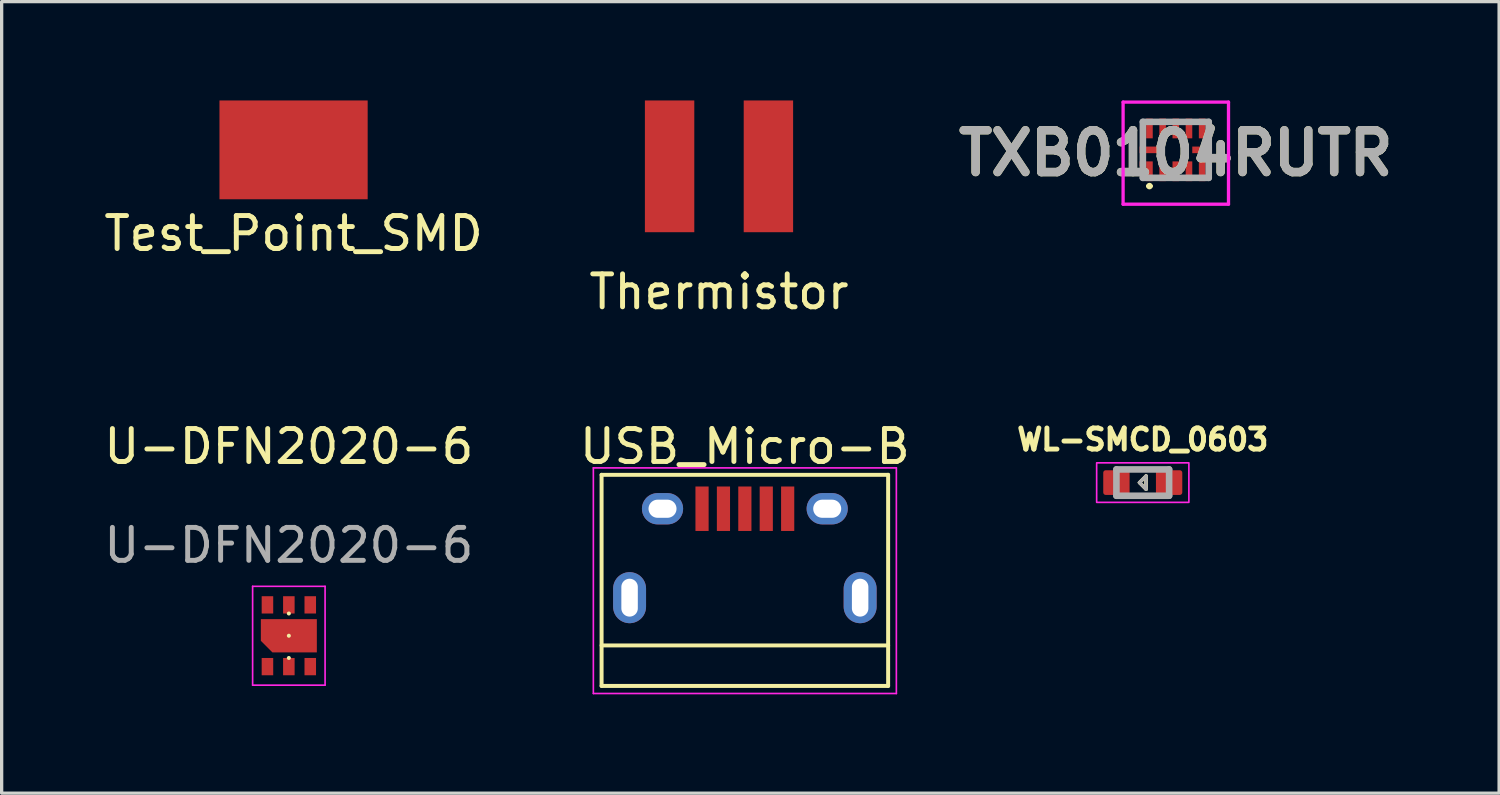
<source format=kicad_pcb>
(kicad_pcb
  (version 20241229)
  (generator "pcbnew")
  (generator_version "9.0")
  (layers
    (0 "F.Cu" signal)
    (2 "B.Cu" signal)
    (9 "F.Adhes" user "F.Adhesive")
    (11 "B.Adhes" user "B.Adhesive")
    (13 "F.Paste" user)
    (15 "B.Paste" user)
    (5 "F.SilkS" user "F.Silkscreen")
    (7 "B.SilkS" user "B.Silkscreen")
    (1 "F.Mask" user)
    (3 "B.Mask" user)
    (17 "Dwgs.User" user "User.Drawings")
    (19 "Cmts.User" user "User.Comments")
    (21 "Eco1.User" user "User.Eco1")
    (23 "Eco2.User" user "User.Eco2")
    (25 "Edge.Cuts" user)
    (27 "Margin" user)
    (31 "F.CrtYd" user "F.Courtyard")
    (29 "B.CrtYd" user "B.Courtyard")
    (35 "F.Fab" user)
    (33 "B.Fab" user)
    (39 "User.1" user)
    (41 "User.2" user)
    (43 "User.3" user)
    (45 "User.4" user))
  (footprint "WL-SMCD_0603"
    (layer "F.Cu")
    (at 31.646 11.602)
    (property "Reference" "WL-SMCD_0603" (at 0 -1.306 0) (layer "F.SilkS") (effects (font (size 0.64 0.64) (thickness 0.15))))
    (attr smd)
    (fp_line (start -0.1 0) (end 0.1 -0.2) (stroke (width 0.1) (type solid)) (layer "F.SilkS"))
    (fp_line (start -0.1 0) (end 0.1 -0.2) (stroke (width 0.1) (type solid)) (layer "F.SilkS"))
    (fp_line (start 0.1 -0.2) (end 0.1 0.2) (stroke (width 0.1) (type solid)) (layer "F.SilkS"))
    (fp_line (start 0.1 -0.2) (end 0.1 0.2) (stroke (width 0.1) (type solid)) (layer "F.SilkS"))
    (fp_line (start 0.1 0.2) (end -0.1 0) (stroke (width 0.1) (type solid)) (layer "F.SilkS"))
    (fp_line (start 0.1 0.2) (end -0.1 0) (stroke (width 0.1) (type solid)) (layer "F.SilkS"))
    (fp_poly (pts (xy -1.4 -0.6) (xy 1.4 -0.6) (xy 1.4 0.6) (xy -1.4 0.6)) (stroke (width 0.05) (type solid)) (fill no) (layer "F.CrtYd"))
    (fp_line (start -0.8 -0.4) (end 0.8 -0.4) (stroke (width 0.2) (type solid)) (layer "F.Fab"))
    (fp_line (start -0.8 0.4) (end -0.8 -0.4) (stroke (width 0.2) (type solid)) (layer "F.Fab"))
    (fp_line (start -0.1 0) (end 0.1 -0.2) (stroke (width 0.1) (type solid)) (layer "F.Fab"))
    (fp_line (start 0.1 -0.2) (end 0.1 0.2) (stroke (width 0.1) (type solid)) (layer "F.Fab"))
    (fp_line (start 0.1 0.2) (end -0.1 0) (stroke (width 0.1) (type solid)) (layer "F.Fab"))
    (fp_line (start 0.8 -0.4) (end 0.8 0.4) (stroke (width 0.2) (type solid)) (layer "F.Fab"))
    (fp_line (start 0.8 0.4) (end -0.8 0.4) (stroke (width 0.2) (type solid)) (layer "F.Fab"))
    (pad "1" smd roundrect (at -0.8 0) (size 0.8 0.75) (layers "F.Cu" "F.Mask" "F.Paste") (roundrect_rratio 0.1))
    (pad "2" smd roundrect (at 0.8 0) (size 0.8 0.75) (layers "F.Cu" "F.Mask" "F.Paste") (roundrect_rratio 0.1)))
  (footprint "U-DFN2020-6"
    (layer "F.Cu")
    (at 5.72 16.252)
    (property "Reference" "U-DFN2020-6" (at 0 -5.745 0) (unlocked yes) (layer "F.SilkS") (effects (font (size 1 1) (thickness 0.15))))
    (attr smd)
    (fp_poly (pts (xy -0.5 0.505) (xy -0.85 0.155) (xy -0.85 -0.505) (xy 0.85 -0.505) (xy 0.85 0.505)) (stroke (width 0) (type solid)) (fill yes) (layer "F.Cu"))
    (fp_poly (pts (xy 0.011 -0.675) (xy 0.008 -0.683) (xy 0 -0.686) (xy -0.008 -0.683) (xy -0.011 -0.675) (xy -0.008 -0.667) (xy 0 -0.664) (xy 0.008 -0.667)) (stroke (width 0.1) (type solid)) (fill no) (layer "F.SilkS"))
    (fp_poly (pts (xy 0.011 0) (xy 0.008 -0.008) (xy 0 -0.011) (xy -0.008 -0.008) (xy -0.011 0) (xy -0.008 0.008) (xy 0 0.011) (xy 0.008 0.008)) (stroke (width 0.1) (type solid)) (fill no) (layer "F.SilkS"))
    (fp_poly (pts (xy 0.011 0.675) (xy 0.008 0.667) (xy 0 0.664) (xy -0.008 0.667) (xy -0.011 0.675) (xy -0.008 0.683) (xy 0 0.686) (xy 0.008 0.683)) (stroke (width 0.1) (type solid)) (fill no) (layer "F.SilkS"))
    (fp_line (start -1.1 -1.5) (end 1.1 -1.5) (stroke (width 0.05) (type solid)) (layer "F.CrtYd"))
    (fp_line (start -1.1 1.5) (end -1.1 -1.5) (stroke (width 0.05) (type solid)) (layer "F.CrtYd"))
    (fp_line (start 1.1 -1.5) (end 1.1 1.5) (stroke (width 0.05) (type solid)) (layer "F.CrtYd"))
    (fp_line (start 1.1 1.5) (end -1.1 1.5) (stroke (width 0.05) (type solid)) (layer "F.CrtYd"))
    (fp_text user "${REFERENCE}" (at 0 -2.745 0) (unlocked yes) (layer "F.Fab") (effects (font (size 1 1) (thickness 0.15))))
    (pad "1" smd custom (at -0.7 0.9) (size 0.1 0.1) (layers "F.Cu" "F.Mask" "F.Paste") (options (anchor circle)) (primitives (gr_poly (pts (xy -0.05 -0.025) (xy -0.048 -0.035) (xy -0.043 -0.043) (xy -0.035 -0.048) (xy -0.025 -0.05) (xy 0.025 -0.05) (xy 0.035 -0.048) (xy 0.043 -0.043) (xy 0.048 -0.035) (xy 0.05 -0.025) (xy 0.05 0.025) (xy 0.048 0.035) (xy 0.043 0.043) (xy 0.035 0.048) (xy 0.025 0.05) (xy -0.025 0.05) (xy -0.035 0.048) (xy -0.043 0.043) (xy -0.048 0.035) (xy -0.05 0.025)) (width 0) (fill yes)) (gr_poly (pts (xy 0.225 -0.225) (xy -0.125 -0.225) (xy -0.125 0.3) (xy 0.225 0.3)) (width 0) (fill yes))))
    (pad "2" smd custom (at 0.02 0.885) (size 0.1 0.1) (layers "F.Cu" "F.Mask" "F.Paste") (options (anchor circle)) (primitives (gr_poly (pts (xy -0.05 -0.025) (xy -0.048 -0.035) (xy -0.043 -0.043) (xy -0.035 -0.048) (xy -0.025 -0.05) (xy 0.025 -0.05) (xy 0.035 -0.048) (xy 0.043 -0.043) (xy 0.048 -0.035) (xy 0.05 -0.025) (xy 0.05 0.025) (xy 0.048 0.035) (xy 0.043 0.043) (xy 0.035 0.048) (xy 0.025 0.05) (xy -0.025 0.05) (xy -0.035 0.048) (xy -0.043 0.043) (xy -0.048 0.035) (xy -0.05 0.025)) (width 0) (fill yes)) (gr_poly (pts (xy 0.155 0.315) (xy -0.195 0.315) (xy -0.195 -0.21) (xy 0.155 -0.21)) (width 0) (fill yes))))
    (pad "3" smd custom (at 0.67 0.935) (size 0.1 0.1) (layers "F.Cu" "F.Mask" "F.Paste") (options (anchor circle)) (primitives (gr_poly (pts (xy -0.05 -0.025) (xy -0.048 -0.035) (xy -0.043 -0.043) (xy -0.035 -0.048) (xy -0.025 -0.05) (xy 0.025 -0.05) (xy 0.035 -0.048) (xy 0.043 -0.043) (xy 0.048 -0.035) (xy 0.05 -0.025) (xy 0.05 0.025) (xy 0.048 0.035) (xy 0.043 0.043) (xy 0.035 0.048) (xy 0.025 0.05) (xy -0.025 0.05) (xy -0.035 0.048) (xy -0.043 0.043) (xy -0.048 0.035) (xy -0.05 0.025)) (width 0) (fill yes)) (gr_poly (pts (xy 0.155 0.265) (xy -0.195 0.265) (xy -0.195 -0.26) (xy 0.155 -0.26)) (width 0) (fill yes))))
    (pad "4" smd custom (at 0.635 -0.98) (size 0.1 0.1) (layers "F.Cu" "F.Mask" "F.Paste") (options (anchor circle)) (primitives (gr_poly (pts (xy -0.05 -0.025) (xy -0.048 -0.035) (xy -0.043 -0.043) (xy -0.035 -0.048) (xy -0.025 -0.05) (xy 0.025 -0.05) (xy 0.035 -0.048) (xy 0.043 -0.043) (xy 0.048 -0.035) (xy 0.05 -0.025) (xy 0.05 0.025) (xy 0.048 0.035) (xy 0.043 0.043) (xy 0.035 0.048) (xy 0.025 0.05) (xy -0.025 0.05) (xy -0.035 0.048) (xy -0.043 0.043) (xy -0.048 0.035) (xy -0.05 0.025)) (width 0) (fill yes)) (gr_poly (pts (xy 0.19 -0.22) (xy -0.16 -0.22) (xy -0.16 0.305) (xy 0.19 0.305)) (width 0) (fill yes))))
    (pad "5" smd custom (at -0.03 -0.94) (size 0.1 0.1) (layers "F.Cu" "F.Mask" "F.Paste") (options (anchor circle)) (primitives (gr_poly (pts (xy -0.05 -0.025) (xy -0.048 -0.035) (xy -0.043 -0.043) (xy -0.035 -0.048) (xy -0.025 -0.05) (xy 0.025 -0.05) (xy 0.035 -0.048) (xy 0.043 -0.043) (xy 0.048 -0.035) (xy 0.05 -0.025) (xy 0.05 0.025) (xy 0.048 0.035) (xy 0.043 0.043) (xy 0.035 0.048) (xy 0.025 0.05) (xy -0.025 0.05) (xy -0.035 0.048) (xy -0.043 0.043) (xy -0.048 0.035) (xy -0.05 0.025)) (width 0) (fill yes)) (gr_poly (pts (xy 0.205 -0.26) (xy -0.145 -0.26) (xy -0.145 0.265) (xy 0.205 0.265)) (width 0) (fill yes))))
    (pad "6" smd custom (at -0.585 -0.915) (size 0.1 0.1) (layers "F.Cu" "F.Mask" "F.Paste") (options (anchor circle)) (primitives (gr_poly (pts (xy -0.05 -0.025) (xy -0.048 -0.035) (xy -0.043 -0.043) (xy -0.035 -0.048) (xy -0.025 -0.05) (xy 0.025 -0.05) (xy 0.035 -0.048) (xy 0.043 -0.043) (xy 0.048 -0.035) (xy 0.05 -0.025) (xy 0.05 0.025) (xy 0.048 0.035) (xy 0.043 0.043) (xy 0.035 0.048) (xy 0.025 0.05) (xy -0.025 0.05) (xy -0.035 0.048) (xy -0.043 0.043) (xy -0.048 0.035) (xy -0.05 0.025)) (width 0) (fill yes)) (gr_poly (pts (xy 0.11 -0.285) (xy 0.11 0.24) (xy -0.24 0.24) (xy -0.24 -0.285)) (width 0) (fill yes)))))
  (footprint "TXB0104RUTR"
    (layer "F.Cu")
    (at 32.649 1.5)
    (property "Reference" "TXB0104RUTR" (at 0 0.1 0) (layer "F.SilkS") (effects (font (size 1.27 1.27) (thickness 0.254))))
    (attr smd)
    (fp_line (start -0.85 1.1) (end -0.85 1.1) (stroke (width 0.1) (type solid)) (layer "F.SilkS"))
    (fp_line (start -0.75 1.1) (end -0.75 1.1) (stroke (width 0.1) (type solid)) (layer "F.SilkS"))
    (fp_arc (start -0.85 1.1) (mid -0.8 1.05) (end -0.75 1.1) (stroke (width 0.1) (type solid)) (layer "F.SilkS"))
    (fp_arc (start -0.75 1.1) (mid -0.8 1.15) (end -0.85 1.1) (stroke (width 0.1) (type solid)) (layer "F.SilkS"))
    (fp_line (start -1.6 -1.45) (end 1.6 -1.45) (stroke (width 0.1) (type solid)) (layer "F.CrtYd"))
    (fp_line (start -1.6 1.65) (end -1.6 -1.45) (stroke (width 0.1) (type solid)) (layer "F.CrtYd"))
    (fp_line (start 1.6 -1.45) (end 1.6 1.65) (stroke (width 0.1) (type solid)) (layer "F.CrtYd"))
    (fp_line (start 1.6 1.65) (end -1.6 1.65) (stroke (width 0.1) (type solid)) (layer "F.CrtYd"))
    (fp_line (start -1 -0.85) (end 1 -0.85) (stroke (width 0.2) (type solid)) (layer "F.Fab"))
    (fp_line (start -1 0.85) (end -1 -0.85) (stroke (width 0.2) (type solid)) (layer "F.Fab"))
    (fp_line (start 1 -0.85) (end 1 0.85) (stroke (width 0.2) (type solid)) (layer "F.Fab"))
    (fp_line (start 1 0.85) (end -1 0.85) (stroke (width 0.2) (type solid)) (layer "F.Fab"))
    (fp_text user "${REFERENCE}" (at 0 0.1 0) (layer "F.Fab") (effects (font (size 1.27 1.27) (thickness 0.254))))
    (pad "1" smd rect (at -0.8 0.65) (size 0.2 0.6) (layers "F.Cu" "F.Mask" "F.Paste"))
    (pad "2" smd rect (at -0.4 0.65) (size 0.2 0.6) (layers "F.Cu" "F.Mask" "F.Paste"))
    (pad "3" smd rect (at 0 0.65) (size 0.2 0.6) (layers "F.Cu" "F.Mask" "F.Paste"))
    (pad "4" smd rect (at 0.4 0.65) (size 0.2 0.6) (layers "F.Cu" "F.Mask" "F.Paste"))
    (pad "5" smd rect (at 0.8 0.65) (size 0.2 0.6) (layers "F.Cu" "F.Mask" "F.Paste"))
    (pad "6" smd rect (at 0.8 0 90) (size 0.2 0.6) (layers "F.Cu" "F.Mask" "F.Paste"))
    (pad "7" smd rect (at 0.8 -0.65) (size 0.2 0.6) (layers "F.Cu" "F.Mask" "F.Paste"))
    (pad "8" smd rect (at 0.4 -0.65) (size 0.2 0.6) (layers "F.Cu" "F.Mask" "F.Paste"))
    (pad "9" smd rect (at 0 -0.65) (size 0.2 0.6) (layers "F.Cu" "F.Mask" "F.Paste"))
    (pad "10" smd rect (at -0.4 -0.65) (size 0.2 0.6) (layers "F.Cu" "F.Mask" "F.Paste"))
    (pad "11" smd rect (at -0.8 -0.65) (size 0.2 0.6) (layers "F.Cu" "F.Mask" "F.Paste"))
    (pad "12" smd rect (at -0.8 0 90) (size 0.2 0.6) (layers "F.Cu" "F.Mask" "F.Paste"))
    (pad "13" smd rect (at -1 0.425 90) (size 0.15 0.2) (layers "F.Cu" "F.Mask" "F.Paste")))
  (footprint "USB_Micro-B"
    (layer "F.Cu")
    (at 19.565 13.746)
    (property "Reference" "USB_Micro-B" (at 0 -3.24 0) (layer "F.SilkS") (effects (font (size 1 1) (thickness 0.15))))
    (attr smd)
    (fp_line (start -4.35 -2.38) (end 4.35 -2.38) (stroke (width 0.12) (type solid)) (layer "F.SilkS"))
    (fp_line (start -4.35 4.03) (end -4.35 -2.38) (stroke (width 0.12) (type solid)) (layer "F.SilkS"))
    (fp_line (start -4.35 4.03) (end 4.35 4.03) (stroke (width 0.12) (type solid)) (layer "F.SilkS"))
    (fp_line (start 4.35 -2.38) (end 4.35 4.03) (stroke (width 0.12) (type solid)) (layer "F.SilkS"))
    (fp_line (start 4.35 2.8) (end -4.35 2.8) (stroke (width 0.12) (type solid)) (layer "F.SilkS"))
    (fp_line (start -4.6 -2.59) (end 4.6 -2.59) (stroke (width 0.05) (type solid)) (layer "F.CrtYd"))
    (fp_line (start -4.6 4.26) (end -4.6 -2.59) (stroke (width 0.05) (type solid)) (layer "F.CrtYd"))
    (fp_line (start 4.6 -2.59) (end 4.6 4.26) (stroke (width 0.05) (type solid)) (layer "F.CrtYd"))
    (fp_line (start 4.6 4.26) (end -4.6 4.26) (stroke (width 0.05) (type solid)) (layer "F.CrtYd"))
    (pad "1" smd rect (at -1.3 -1.35 90) (size 1.35 0.4) (layers "F.Cu" "F.Mask" "F.Paste"))
    (pad "2" smd rect (at -0.65 -1.35 90) (size 1.35 0.4) (layers "F.Cu" "F.Mask" "F.Paste"))
    (pad "3" smd rect (at 0 -1.35 90) (size 1.35 0.4) (layers "F.Cu" "F.Mask" "F.Paste"))
    (pad "4" smd rect (at 0.65 -1.35 90) (size 1.35 0.4) (layers "F.Cu" "F.Mask" "F.Paste"))
    (pad "5" smd rect (at 1.3 -1.35 90) (size 1.35 0.4) (layers "F.Cu" "F.Mask" "F.Paste"))
    (pad "6" thru_hole oval (at -3.5 1.35 90) (size 1.55 1) (drill oval 1.15 0.5) (layers "*.Cu" "*.Mask"))
    (pad "6" thru_hole oval (at -2.5 -1.35 90) (size 0.95 1.25) (drill oval 0.55 0.85) (layers "*.Cu" "*.Mask"))
    (pad "6" thru_hole oval (at 2.5 -1.35 90) (size 0.95 1.25) (drill oval 0.55 0.85) (layers "*.Cu" "*.Mask"))
    (pad "6" thru_hole oval (at 3.5 1.35 90) (size 1.55 1) (drill oval 1.15 0.5) (layers "*.Cu" "*.Mask")))
  (footprint "Thermistor"
    (layer "F.Cu")
    (at 18.78 2)
    (property "Reference" "Thermistor" (at 0 3.81 0) (layer "F.SilkS") (effects (font (size 1 1) (thickness 0.15))))
    (attr through_hole exclude_from_pos_files)
    (pad "1" smd rect (at -1.5 0) (size 1.5 4) (layers "F.Cu" "F.Mask" "F.Paste"))
    (pad "2" smd rect (at 1.5 0) (size 1.5 4) (layers "F.Cu" "F.Mask" "F.Paste")))
  (footprint "Test_Point_SMD"
    (layer "F.Cu")
    (at 5.863 1.5)
    (property "Reference" "Test_Point_SMD" (at 0 2.54 0) (layer "F.SilkS") (effects (font (size 1 1) (thickness 0.15))))
    (attr through_hole)
    (pad "1" smd rect (at 0 0) (size 4.5 3) (layers "F.Cu" "F.Mask" "F.Paste")))
  (gr_rect
    (start -3 -3)
    (end 42.465 21.032)
    (stroke (width 0.1) (type default))
    (fill no)
    (layer "Edge.Cuts")))
</source>
